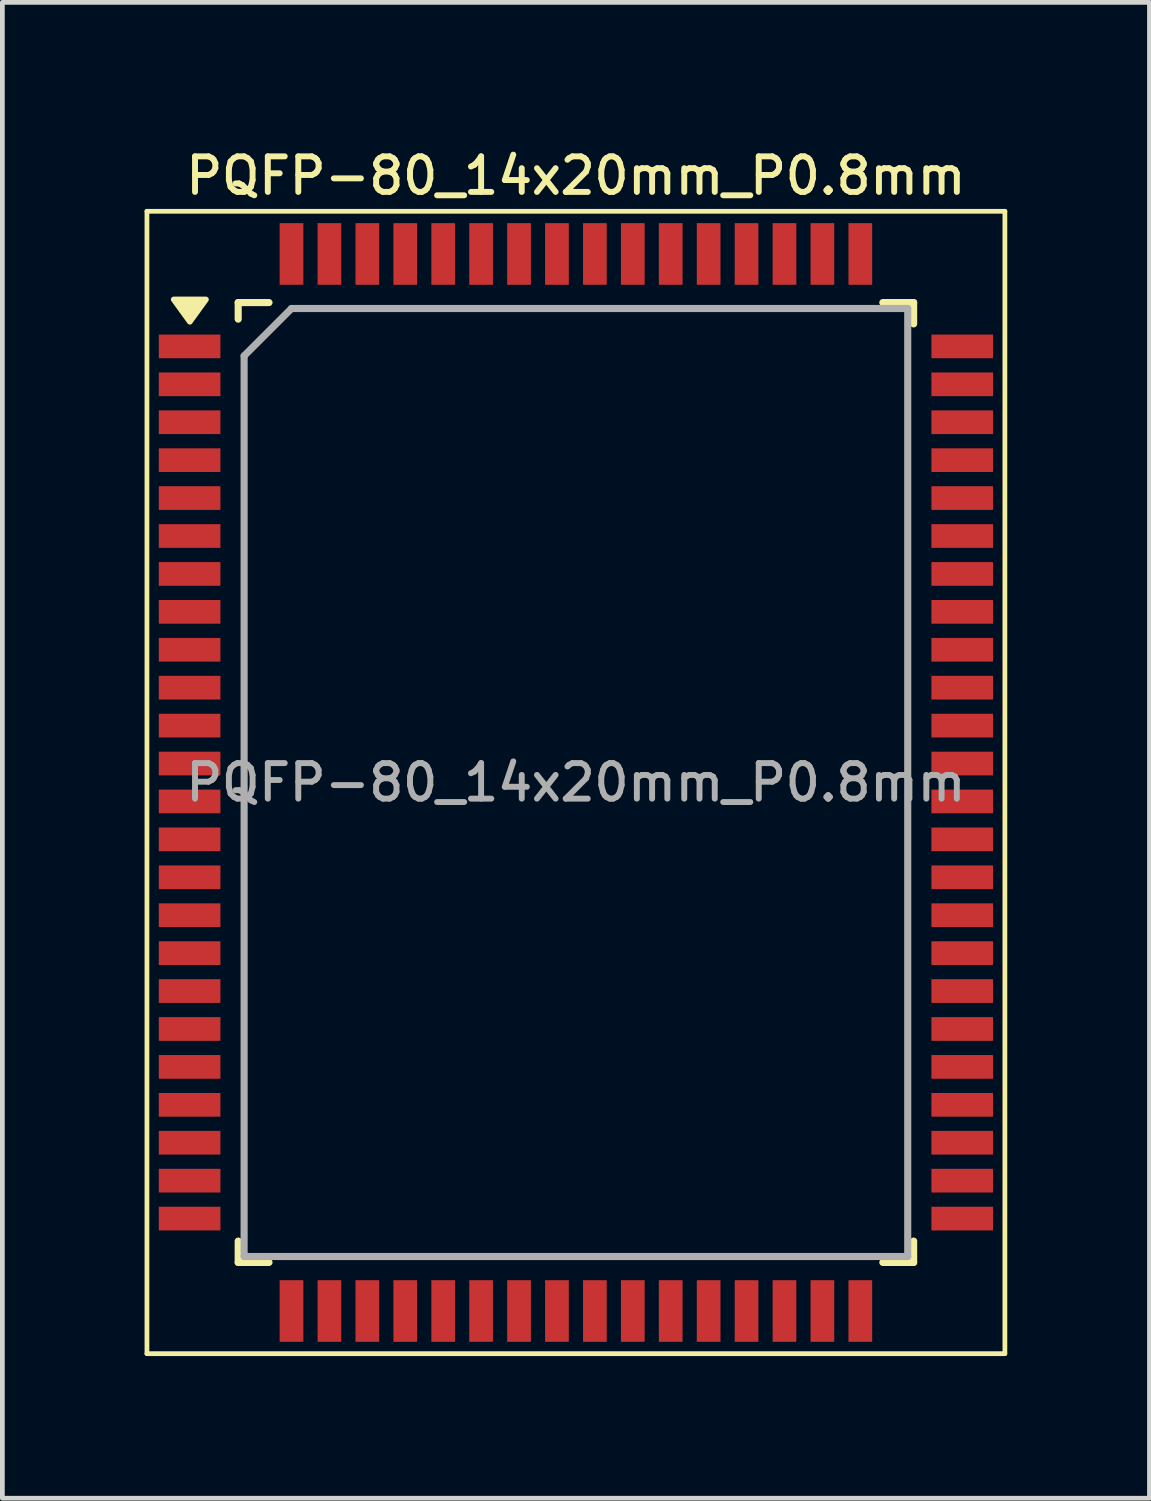
<source format=kicad_pcb>
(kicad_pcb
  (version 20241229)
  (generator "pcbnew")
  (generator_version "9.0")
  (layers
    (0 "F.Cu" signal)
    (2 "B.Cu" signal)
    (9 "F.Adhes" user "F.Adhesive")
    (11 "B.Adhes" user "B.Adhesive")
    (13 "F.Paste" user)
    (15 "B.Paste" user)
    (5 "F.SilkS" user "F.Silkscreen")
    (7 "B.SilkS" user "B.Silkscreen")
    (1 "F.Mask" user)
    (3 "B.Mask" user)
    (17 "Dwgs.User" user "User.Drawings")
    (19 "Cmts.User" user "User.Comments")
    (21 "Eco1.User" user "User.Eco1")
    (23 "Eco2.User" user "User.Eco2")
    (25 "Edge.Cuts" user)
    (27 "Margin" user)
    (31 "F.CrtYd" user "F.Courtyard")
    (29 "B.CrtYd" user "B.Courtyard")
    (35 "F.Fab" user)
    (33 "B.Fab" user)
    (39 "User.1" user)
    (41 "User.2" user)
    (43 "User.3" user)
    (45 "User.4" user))
  (footprint "PQFP-80_14x20mm_P0.8mm"
    (layer "F.Cu")
    (at 9.1 13.458)
    (property "Reference" "PQFP-80_14x20mm_P0.8mm" (at 0 -12.8 0) (layer "F.SilkS") (effects (font (size 0.75 0.75) (thickness 0.125))))
    (attr smd)
    (fp_line (start -9.05 -12.05) (end -9.05 12.05) (stroke (width 0.1) (type solid)) (layer "F.SilkS"))
    (fp_line (start -9.05 -12.05) (end 9.05 -12.05) (stroke (width 0.1) (type solid)) (layer "F.SilkS"))
    (fp_line (start -9.05 12.05) (end 9.05 12.05) (stroke (width 0.1) (type solid)) (layer "F.SilkS"))
    (fp_line (start -7.125 -10.125) (end -7.125 -9.775) (stroke (width 0.15) (type solid)) (layer "F.SilkS"))
    (fp_line (start -7.125 -10.125) (end -6.475 -10.125) (stroke (width 0.15) (type solid)) (layer "F.SilkS"))
    (fp_line (start -7.125 10.125) (end -7.125 9.675) (stroke (width 0.15) (type solid)) (layer "F.SilkS"))
    (fp_line (start -7.125 10.125) (end -6.475 10.125) (stroke (width 0.15) (type solid)) (layer "F.SilkS"))
    (fp_line (start 7.125 -10.125) (end 6.475 -10.125) (stroke (width 0.15) (type solid)) (layer "F.SilkS"))
    (fp_line (start 7.125 -10.125) (end 7.125 -9.675) (stroke (width 0.15) (type solid)) (layer "F.SilkS"))
    (fp_line (start 7.125 10.125) (end 6.475 10.125) (stroke (width 0.15) (type solid)) (layer "F.SilkS"))
    (fp_line (start 7.125 10.125) (end 7.125 9.675) (stroke (width 0.15) (type solid)) (layer "F.SilkS"))
    (fp_line (start 9.05 -12.05) (end 9.05 12.05) (stroke (width 0.1) (type solid)) (layer "F.SilkS"))
    (fp_poly (pts (xy -8.145 -9.72) (xy -8.485 -10.19) (xy -7.805 -10.19) (xy -8.145 -9.72)) (stroke (width 0.12) (type solid)) (fill yes) (layer "F.SilkS"))
    (fp_line (start -7 -9) (end -6 -10) (stroke (width 0.15) (type solid)) (layer "F.Fab"))
    (fp_line (start -7 10) (end -7 -9) (stroke (width 0.15) (type solid)) (layer "F.Fab"))
    (fp_line (start -6 -10) (end 7 -10) (stroke (width 0.15) (type solid)) (layer "F.Fab"))
    (fp_line (start 7 -10) (end 7 10) (stroke (width 0.15) (type solid)) (layer "F.Fab"))
    (fp_line (start 7 10) (end -7 10) (stroke (width 0.15) (type solid)) (layer "F.Fab"))
    (fp_text user "${REFERENCE}" (at 0 0 0) (layer "F.Fab") (effects (font (size 0.75 0.75) (thickness 0.125))))
    (pad "1" smd rect (at -8.15 -9.2) (size 1.3 0.5) (layers "F.Cu" "F.Mask" "F.Paste"))
    (pad "2" smd rect (at -8.15 -8.4) (size 1.3 0.5) (layers "F.Cu" "F.Mask" "F.Paste"))
    (pad "3" smd rect (at -8.15 -7.6) (size 1.3 0.5) (layers "F.Cu" "F.Mask" "F.Paste"))
    (pad "4" smd rect (at -8.15 -6.8) (size 1.3 0.5) (layers "F.Cu" "F.Mask" "F.Paste"))
    (pad "5" smd rect (at -8.15 -6) (size 1.3 0.5) (layers "F.Cu" "F.Mask" "F.Paste"))
    (pad "6" smd rect (at -8.15 -5.2) (size 1.3 0.5) (layers "F.Cu" "F.Mask" "F.Paste"))
    (pad "7" smd rect (at -8.15 -4.4) (size 1.3 0.5) (layers "F.Cu" "F.Mask" "F.Paste"))
    (pad "8" smd rect (at -8.15 -3.6) (size 1.3 0.5) (layers "F.Cu" "F.Mask" "F.Paste"))
    (pad "9" smd rect (at -8.15 -2.8) (size 1.3 0.5) (layers "F.Cu" "F.Mask" "F.Paste"))
    (pad "10" smd rect (at -8.15 -2) (size 1.3 0.5) (layers "F.Cu" "F.Mask" "F.Paste"))
    (pad "11" smd rect (at -8.15 -1.2) (size 1.3 0.5) (layers "F.Cu" "F.Mask" "F.Paste"))
    (pad "12" smd rect (at -8.15 -0.4) (size 1.3 0.5) (layers "F.Cu" "F.Mask" "F.Paste"))
    (pad "13" smd rect (at -8.15 0.4) (size 1.3 0.5) (layers "F.Cu" "F.Mask" "F.Paste"))
    (pad "14" smd rect (at -8.15 1.2) (size 1.3 0.5) (layers "F.Cu" "F.Mask" "F.Paste"))
    (pad "15" smd rect (at -8.15 2) (size 1.3 0.5) (layers "F.Cu" "F.Mask" "F.Paste"))
    (pad "16" smd rect (at -8.15 2.8) (size 1.3 0.5) (layers "F.Cu" "F.Mask" "F.Paste"))
    (pad "17" smd rect (at -8.15 3.6) (size 1.3 0.5) (layers "F.Cu" "F.Mask" "F.Paste"))
    (pad "18" smd rect (at -8.15 4.4) (size 1.3 0.5) (layers "F.Cu" "F.Mask" "F.Paste"))
    (pad "19" smd rect (at -8.15 5.2) (size 1.3 0.5) (layers "F.Cu" "F.Mask" "F.Paste"))
    (pad "20" smd rect (at -8.15 6) (size 1.3 0.5) (layers "F.Cu" "F.Mask" "F.Paste"))
    (pad "21" smd rect (at -8.15 6.8) (size 1.3 0.5) (layers "F.Cu" "F.Mask" "F.Paste"))
    (pad "22" smd rect (at -8.15 7.6) (size 1.3 0.5) (layers "F.Cu" "F.Mask" "F.Paste"))
    (pad "23" smd rect (at -8.15 8.4) (size 1.3 0.5) (layers "F.Cu" "F.Mask" "F.Paste"))
    (pad "24" smd rect (at -8.15 9.2) (size 1.3 0.5) (layers "F.Cu" "F.Mask" "F.Paste"))
    (pad "25" smd rect (at -6 11.15 90) (size 1.3 0.5) (layers "F.Cu" "F.Mask" "F.Paste"))
    (pad "26" smd rect (at -5.2 11.15 90) (size 1.3 0.5) (layers "F.Cu" "F.Mask" "F.Paste"))
    (pad "27" smd rect (at -4.4 11.15 90) (size 1.3 0.5) (layers "F.Cu" "F.Mask" "F.Paste"))
    (pad "28" smd rect (at -3.6 11.15 90) (size 1.3 0.5) (layers "F.Cu" "F.Mask" "F.Paste"))
    (pad "29" smd rect (at -2.8 11.15 90) (size 1.3 0.5) (layers "F.Cu" "F.Mask" "F.Paste"))
    (pad "30" smd rect (at -2 11.15 90) (size 1.3 0.5) (layers "F.Cu" "F.Mask" "F.Paste"))
    (pad "31" smd rect (at -1.2 11.15 90) (size 1.3 0.5) (layers "F.Cu" "F.Mask" "F.Paste"))
    (pad "32" smd rect (at -0.4 11.15 90) (size 1.3 0.5) (layers "F.Cu" "F.Mask" "F.Paste"))
    (pad "33" smd rect (at 0.4 11.15 90) (size 1.3 0.5) (layers "F.Cu" "F.Mask" "F.Paste"))
    (pad "34" smd rect (at 1.2 11.15 90) (size 1.3 0.5) (layers "F.Cu" "F.Mask" "F.Paste"))
    (pad "35" smd rect (at 2 11.15 90) (size 1.3 0.5) (layers "F.Cu" "F.Mask" "F.Paste"))
    (pad "36" smd rect (at 2.8 11.15 90) (size 1.3 0.5) (layers "F.Cu" "F.Mask" "F.Paste"))
    (pad "37" smd rect (at 3.6 11.15 90) (size 1.3 0.5) (layers "F.Cu" "F.Mask" "F.Paste"))
    (pad "38" smd rect (at 4.4 11.15 90) (size 1.3 0.5) (layers "F.Cu" "F.Mask" "F.Paste"))
    (pad "39" smd rect (at 5.2 11.15 90) (size 1.3 0.5) (layers "F.Cu" "F.Mask" "F.Paste"))
    (pad "40" smd rect (at 6 11.15 90) (size 1.3 0.5) (layers "F.Cu" "F.Mask" "F.Paste"))
    (pad "41" smd rect (at 8.15 9.2) (size 1.3 0.5) (layers "F.Cu" "F.Mask" "F.Paste"))
    (pad "42" smd rect (at 8.15 8.4) (size 1.3 0.5) (layers "F.Cu" "F.Mask" "F.Paste"))
    (pad "43" smd rect (at 8.15 7.6) (size 1.3 0.5) (layers "F.Cu" "F.Mask" "F.Paste"))
    (pad "44" smd rect (at 8.15 6.8) (size 1.3 0.5) (layers "F.Cu" "F.Mask" "F.Paste"))
    (pad "45" smd rect (at 8.15 6) (size 1.3 0.5) (layers "F.Cu" "F.Mask" "F.Paste"))
    (pad "46" smd rect (at 8.15 5.2) (size 1.3 0.5) (layers "F.Cu" "F.Mask" "F.Paste"))
    (pad "47" smd rect (at 8.15 4.4) (size 1.3 0.5) (layers "F.Cu" "F.Mask" "F.Paste"))
    (pad "48" smd rect (at 8.15 3.6) (size 1.3 0.5) (layers "F.Cu" "F.Mask" "F.Paste"))
    (pad "49" smd rect (at 8.15 2.8) (size 1.3 0.5) (layers "F.Cu" "F.Mask" "F.Paste"))
    (pad "50" smd rect (at 8.15 2) (size 1.3 0.5) (layers "F.Cu" "F.Mask" "F.Paste"))
    (pad "51" smd rect (at 8.15 1.2) (size 1.3 0.5) (layers "F.Cu" "F.Mask" "F.Paste"))
    (pad "52" smd rect (at 8.15 0.4) (size 1.3 0.5) (layers "F.Cu" "F.Mask" "F.Paste"))
    (pad "53" smd rect (at 8.15 -0.4) (size 1.3 0.5) (layers "F.Cu" "F.Mask" "F.Paste"))
    (pad "54" smd rect (at 8.15 -1.2) (size 1.3 0.5) (layers "F.Cu" "F.Mask" "F.Paste"))
    (pad "55" smd rect (at 8.15 -2) (size 1.3 0.5) (layers "F.Cu" "F.Mask" "F.Paste"))
    (pad "56" smd rect (at 8.15 -2.8) (size 1.3 0.5) (layers "F.Cu" "F.Mask" "F.Paste"))
    (pad "57" smd rect (at 8.15 -3.6) (size 1.3 0.5) (layers "F.Cu" "F.Mask" "F.Paste"))
    (pad "58" smd rect (at 8.15 -4.4) (size 1.3 0.5) (layers "F.Cu" "F.Mask" "F.Paste"))
    (pad "59" smd rect (at 8.15 -5.2) (size 1.3 0.5) (layers "F.Cu" "F.Mask" "F.Paste"))
    (pad "60" smd rect (at 8.15 -6) (size 1.3 0.5) (layers "F.Cu" "F.Mask" "F.Paste"))
    (pad "61" smd rect (at 8.15 -6.8) (size 1.3 0.5) (layers "F.Cu" "F.Mask" "F.Paste"))
    (pad "62" smd rect (at 8.15 -7.6) (size 1.3 0.5) (layers "F.Cu" "F.Mask" "F.Paste"))
    (pad "63" smd rect (at 8.15 -8.4) (size 1.3 0.5) (layers "F.Cu" "F.Mask" "F.Paste"))
    (pad "64" smd rect (at 8.15 -9.2) (size 1.3 0.5) (layers "F.Cu" "F.Mask" "F.Paste"))
    (pad "65" smd rect (at 6 -11.15 90) (size 1.3 0.5) (layers "F.Cu" "F.Mask" "F.Paste"))
    (pad "66" smd rect (at 5.2 -11.15 90) (size 1.3 0.5) (layers "F.Cu" "F.Mask" "F.Paste"))
    (pad "67" smd rect (at 4.4 -11.15 90) (size 1.3 0.5) (layers "F.Cu" "F.Mask" "F.Paste"))
    (pad "68" smd rect (at 3.6 -11.15 90) (size 1.3 0.5) (layers "F.Cu" "F.Mask" "F.Paste"))
    (pad "69" smd rect (at 2.8 -11.15 90) (size 1.3 0.5) (layers "F.Cu" "F.Mask" "F.Paste"))
    (pad "70" smd rect (at 2 -11.15 90) (size 1.3 0.5) (layers "F.Cu" "F.Mask" "F.Paste"))
    (pad "71" smd rect (at 1.2 -11.15 90) (size 1.3 0.5) (layers "F.Cu" "F.Mask" "F.Paste"))
    (pad "72" smd rect (at 0.4 -11.15 90) (size 1.3 0.5) (layers "F.Cu" "F.Mask" "F.Paste"))
    (pad "73" smd rect (at -0.4 -11.15 90) (size 1.3 0.5) (layers "F.Cu" "F.Mask" "F.Paste"))
    (pad "74" smd rect (at -1.2 -11.15 90) (size 1.3 0.5) (layers "F.Cu" "F.Mask" "F.Paste"))
    (pad "75" smd rect (at -2 -11.15 90) (size 1.3 0.5) (layers "F.Cu" "F.Mask" "F.Paste"))
    (pad "76" smd rect (at -2.8 -11.15 90) (size 1.3 0.5) (layers "F.Cu" "F.Mask" "F.Paste"))
    (pad "77" smd rect (at -3.6 -11.15 90) (size 1.3 0.5) (layers "F.Cu" "F.Mask" "F.Paste"))
    (pad "78" smd rect (at -4.4 -11.15 90) (size 1.3 0.5) (layers "F.Cu" "F.Mask" "F.Paste"))
    (pad "79" smd rect (at -5.2 -11.15 90) (size 1.3 0.5) (layers "F.Cu" "F.Mask" "F.Paste"))
    (pad "80" smd rect (at -6 -11.15 90) (size 1.3 0.5) (layers "F.Cu" "F.Mask" "F.Paste")))
  (gr_rect
    (start -3 -3)
    (end 21.2 28.558)
    (stroke (width 0.1) (type default))
    (fill no)
    (layer "Edge.Cuts")))
</source>
